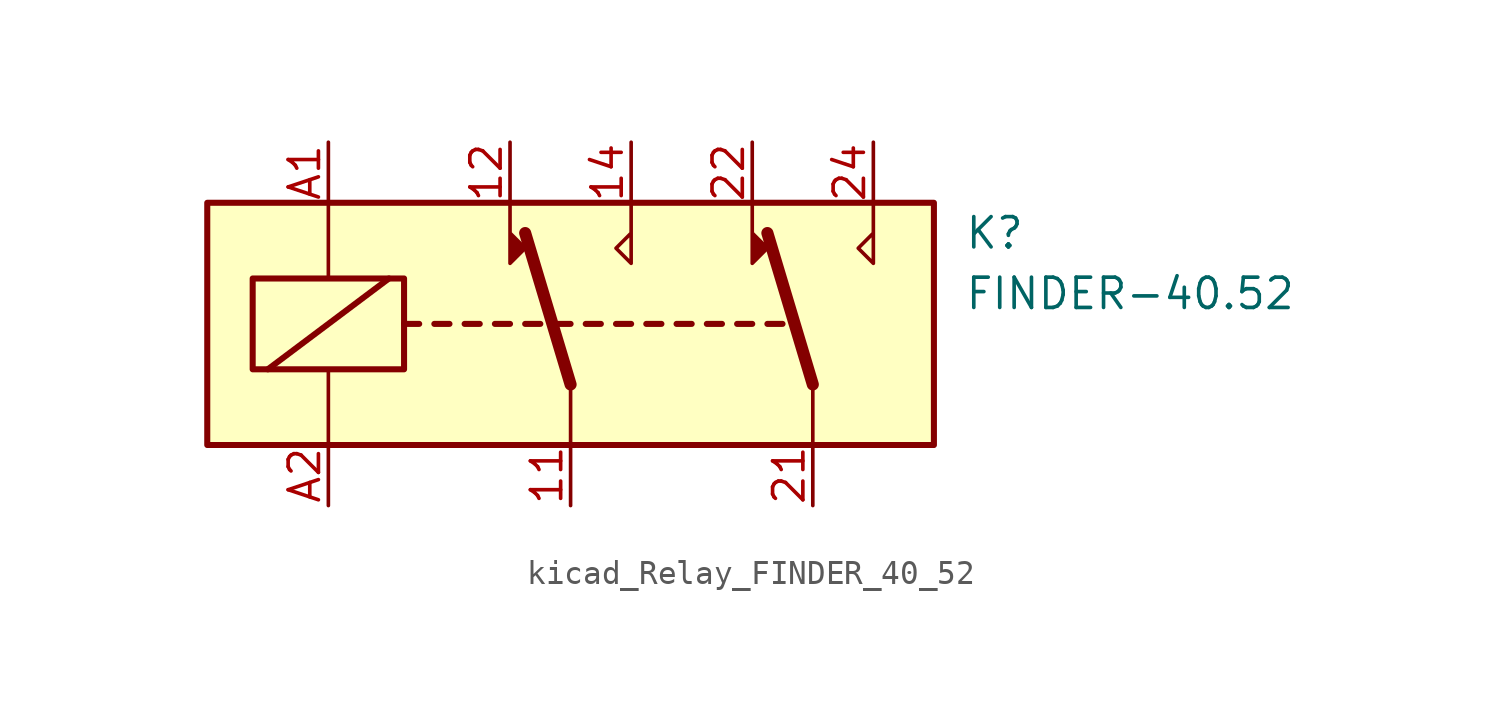
<source format=kicad_sym>
(kicad_symbol_lib
  (version 20220914)
  (generator kicad_symbol_editor)
  (symbol "kicad_Relay_FINDER_40_52"
    (property "Reference" "K"
      (at 16.51 3.81 0)
      (effects (font (size 1.27 1.27)) (justify left)))
    (property "Value" "FINDER-40.52"
      (at 16.51 1.27 0)
      (effects (font (size 1.27 1.27)) (justify left)))
    (symbol "kicad_Relay_FINDER_40_52_0_1"
      (rectangle (start -15.24 5.08) (end 15.24 -5.08) (stroke (width 0.254) (type default)) (fill (type background)))
      (rectangle (start -13.335 1.905) (end -6.985 -1.905) (stroke (width 0.254) (type default)) (fill (type none)))
      (polyline (pts (xy -12.7 -1.905) (xy -7.62 1.905)) (stroke (width 0.254) (type default)) (fill (type none)))
      (polyline (pts (xy -10.16 -5.08) (xy -10.16 -1.905)) (stroke (width 0) (type default)) (fill (type none)))
      (polyline (pts (xy -10.16 5.08) (xy -10.16 1.905)) (stroke (width 0) (type default)) (fill (type none)))
      (polyline (pts (xy -6.985 0) (xy -6.35 0)) (stroke (width 0.254) (type default)) (fill (type none)))
      (polyline (pts (xy -5.715 0) (xy -5.08 0)) (stroke (width 0.254) (type default)) (fill (type none)))
      (polyline (pts (xy -4.445 0) (xy -3.81 0)) (stroke (width 0.254) (type default)) (fill (type none)))
      (polyline (pts (xy -3.175 0) (xy -2.54 0)) (stroke (width 0.254) (type default)) (fill (type none)))
      (polyline (pts (xy -1.905 0) (xy -1.27 0)) (stroke (width 0.254) (type default)) (fill (type none)))
      (polyline (pts (xy -0.635 0) (xy 0 0)) (stroke (width 0.254) (type default)) (fill (type none)))
      (polyline (pts (xy 0 -2.54) (xy -1.905 3.81)) (stroke (width 0.508) (type default)) (fill (type none)))
      (polyline (pts (xy 0 -2.54) (xy 0 -5.08)) (stroke (width 0) (type default)) (fill (type none)))
      (polyline (pts (xy 0.635 0) (xy 1.27 0)) (stroke (width 0.254) (type default)) (fill (type none)))
      (polyline (pts (xy 1.905 0) (xy 2.54 0)) (stroke (width 0.254) (type default)) (fill (type none)))
      (polyline (pts (xy 3.175 0) (xy 3.81 0)) (stroke (width 0.254) (type default)) (fill (type none)))
      (polyline (pts (xy 4.445 0) (xy 5.08 0)) (stroke (width 0.254) (type default)) (fill (type none)))
      (polyline (pts (xy 5.715 0) (xy 6.35 0)) (stroke (width 0.254) (type default)) (fill (type none)))
      (polyline (pts (xy 6.985 0) (xy 7.62 0)) (stroke (width 0.254) (type default)) (fill (type none)))
      (polyline (pts (xy 8.255 0) (xy 8.89 0)) (stroke (width 0.254) (type default)) (fill (type none)))
      (polyline (pts (xy 10.16 -2.54) (xy 8.255 3.81)) (stroke (width 0.508) (type default)) (fill (type none)))
      (polyline (pts (xy 10.16 -2.54) (xy 10.16 -5.08)) (stroke (width 0) (type default)) (fill (type none)))
      (polyline (pts (xy -2.54 5.08) (xy -2.54 2.54) (xy -1.905 3.175) (xy -2.54 3.81)) (stroke (width 0) (type default)) (fill (type outline)))
      (polyline (pts (xy 2.54 5.08) (xy 2.54 2.54) (xy 1.905 3.175) (xy 2.54 3.81)) (stroke (width 0) (type default)) (fill (type none)))
      (polyline (pts (xy 7.62 5.08) (xy 7.62 2.54) (xy 8.255 3.175) (xy 7.62 3.81)) (stroke (width 0) (type default)) (fill (type outline)))
      (polyline (pts (xy 12.7 5.08) (xy 12.7 2.54) (xy 12.065 3.175) (xy 12.7 3.81)) (stroke (width 0) (type default)) (fill (type none))))
    (symbol "kicad_Relay_FINDER_40_52_1_1"
      (pin passive line (at 0 -7.62 90) (length 2.54) (name "~" (effects (font (size 1.27 1.27)))) (number "11" (effects (font (size 1.27 1.27)))))
      (pin passive line (at -2.54 7.62 270) (length 2.54) (name "~" (effects (font (size 1.27 1.27)))) (number "12" (effects (font (size 1.27 1.27)))))
      (pin passive line (at 2.54 7.62 270) (length 2.54) (name "~" (effects (font (size 1.27 1.27)))) (number "14" (effects (font (size 1.27 1.27)))))
      (pin passive line (at 10.16 -7.62 90) (length 2.54) (name "~" (effects (font (size 1.27 1.27)))) (number "21" (effects (font (size 1.27 1.27)))))
      (pin passive line (at 7.62 7.62 270) (length 2.54) (name "~" (effects (font (size 1.27 1.27)))) (number "22" (effects (font (size 1.27 1.27)))))
      (pin passive line (at 12.7 7.62 270) (length 2.54) (name "~" (effects (font (size 1.27 1.27)))) (number "24" (effects (font (size 1.27 1.27)))))
      (pin passive line (at -10.16 7.62 270) (length 2.54) (name "~" (effects (font (size 1.27 1.27)))) (number "A1" (effects (font (size 1.27 1.27)))))
      (pin passive line (at -10.16 -7.62 90) (length 2.54) (name "~" (effects (font (size 1.27 1.27)))) (number "A2" (effects (font (size 1.27 1.27))))))))
</source>
